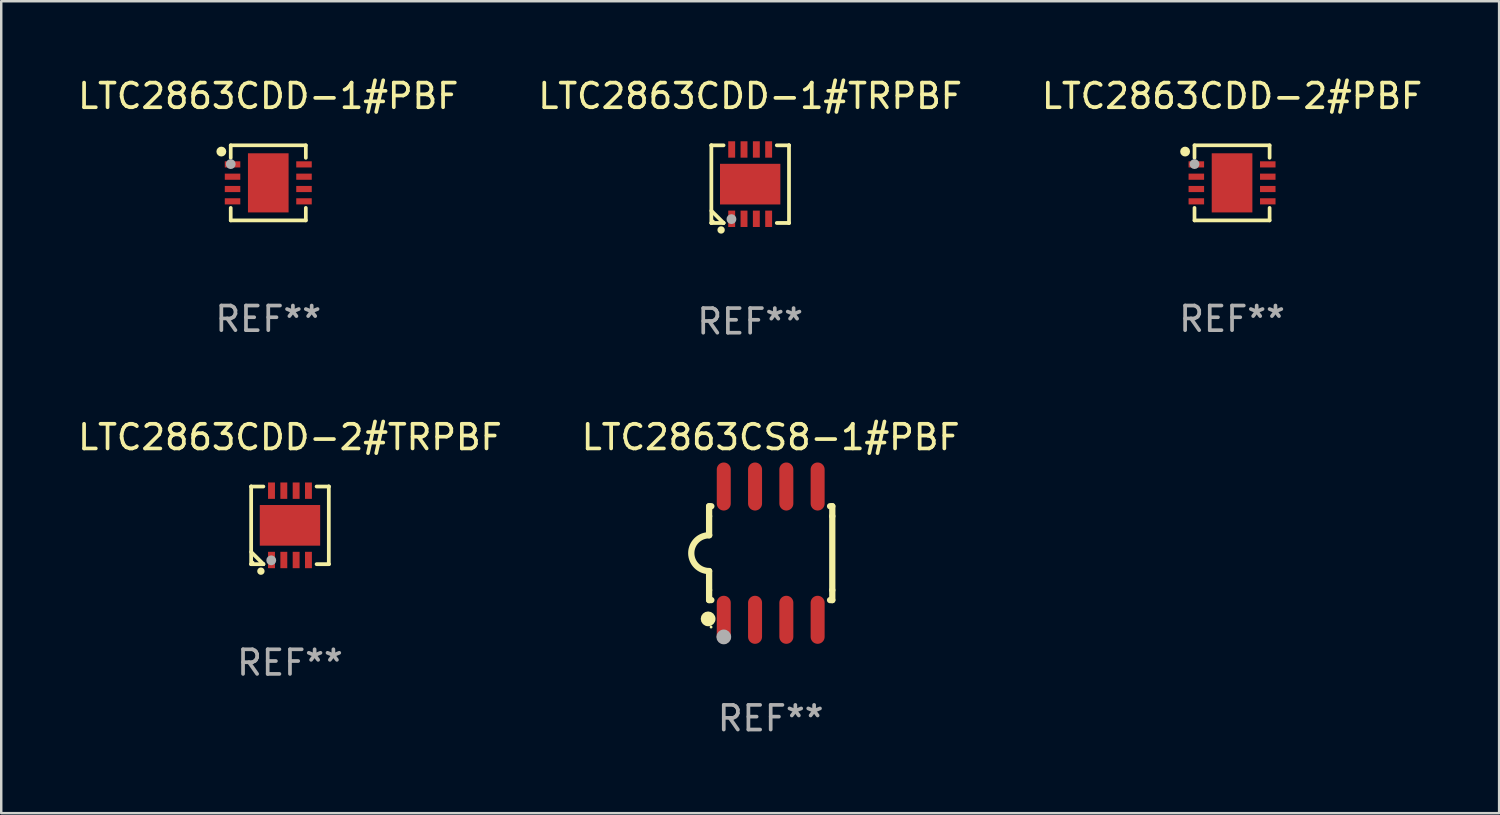
<source format=kicad_pcb>
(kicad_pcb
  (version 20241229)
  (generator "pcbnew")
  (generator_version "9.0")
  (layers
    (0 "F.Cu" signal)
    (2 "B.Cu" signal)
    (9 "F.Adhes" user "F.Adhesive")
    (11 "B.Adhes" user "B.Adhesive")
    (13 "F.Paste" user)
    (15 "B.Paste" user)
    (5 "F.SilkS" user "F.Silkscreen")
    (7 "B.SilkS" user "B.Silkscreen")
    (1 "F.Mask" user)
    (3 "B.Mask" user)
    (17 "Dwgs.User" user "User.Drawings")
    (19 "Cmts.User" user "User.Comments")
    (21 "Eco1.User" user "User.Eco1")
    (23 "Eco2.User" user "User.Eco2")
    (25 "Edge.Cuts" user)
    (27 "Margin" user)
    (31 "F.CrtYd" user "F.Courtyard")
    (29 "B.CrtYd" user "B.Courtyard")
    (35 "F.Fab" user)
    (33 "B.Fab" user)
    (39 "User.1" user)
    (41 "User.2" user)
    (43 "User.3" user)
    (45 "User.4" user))
  (footprint "LTC2863CDD-2#PBF"
    (layer "F.Cu")
    (at 46.958 4.372)
    (property "Reference" "LTC2863CDD-2#PBF" (at 0 -3.524 0) (layer "F.SilkS") (effects (font (size 1 1) (thickness 0.15))))
    (attr through_hole)
    (fp_line (start -1.524 -1.524) (end 1.524 -1.524) (stroke (width 0.15) (type solid)) (layer "F.SilkS"))
    (fp_line (start -1.524 -1.016) (end -1.524 -1.524) (stroke (width 0.15) (type solid)) (layer "F.SilkS"))
    (fp_line (start -1.524 1.016) (end -1.524 1.524) (stroke (width 0.15) (type solid)) (layer "F.SilkS"))
    (fp_line (start -1.524 1.524) (end 1.524 1.524) (stroke (width 0.15) (type solid)) (layer "F.SilkS"))
    (fp_line (start 1.524 -1.524) (end 1.524 -1.016) (stroke (width 0.15) (type solid)) (layer "F.SilkS"))
    (fp_line (start 1.524 1.524) (end 1.524 1.016) (stroke (width 0.15) (type solid)) (layer "F.SilkS"))
    (fp_circle (center -1.905 -1.27) (end -1.805 -1.27) (stroke (width 0.2) (type solid)) (fill no) (layer "F.SilkS"))
    (fp_circle (center -1.5 -1.5) (end -1.47 -1.5) (stroke (width 0.06) (type solid)) (fill no) (layer "F.SilkS"))
    (fp_circle (center -1.524 -0.762) (end -1.424 -0.762) (stroke (width 0.2) (type solid)) (fill no) (layer "F.Fab"))
    (fp_text user "REF**" (at 0 5.524 0) (layer "F.Fab") (effects (font (size 1 1) (thickness 0.15))))
    (pad "1" smd rect (at -1.45 -0.75) (size 0.63 0.25) (layers "F.Cu" "F.Mask" "F.Paste"))
    (pad "2" smd rect (at -1.45 -0.25) (size 0.63 0.25) (layers "F.Cu" "F.Mask" "F.Paste"))
    (pad "3" smd rect (at -1.45 0.25) (size 0.63 0.25) (layers "F.Cu" "F.Mask" "F.Paste"))
    (pad "4" smd rect (at -1.45 0.75) (size 0.63 0.25) (layers "F.Cu" "F.Mask" "F.Paste"))
    (pad "5" smd rect (at 1.45 0.75) (size 0.63 0.25) (layers "F.Cu" "F.Mask" "F.Paste"))
    (pad "6" smd rect (at 1.45 0.25) (size 0.63 0.25) (layers "F.Cu" "F.Mask" "F.Paste"))
    (pad "7" smd rect (at 1.45 -0.25) (size 0.63 0.25) (layers "F.Cu" "F.Mask" "F.Paste"))
    (pad "8" smd rect (at 1.45 -0.75) (size 0.63 0.25) (layers "F.Cu" "F.Mask" "F.Paste"))
    (pad "9" smd rect (at -0.000025 0.000127) (size 1.65 2.4) (layers "F.Cu" "F.Mask" "F.Paste")))
  (footprint "LTC2863CDD-1#TRPBF"
    (layer "F.Cu")
    (at 27.399 4.424)
    (property "Reference" "LTC2863CDD-1#TRPBF" (at 0 -3.576 0) (layer "F.SilkS") (effects (font (size 1 1) (thickness 0.15))))
    (attr through_hole)
    (fp_line (start -1.576 -1.576) (end -1.576 -1.576) (stroke (width 0.152) (type solid)) (layer "F.SilkS"))
    (fp_line (start -1.576 -1.576) (end -1.08 -1.576) (stroke (width 0.152) (type solid)) (layer "F.SilkS"))
    (fp_line (start -1.576 1.576) (end -1.576 -1.576) (stroke (width 0.152) (type solid)) (layer "F.SilkS"))
    (fp_line (start -1.576 1.576) (end -1.576 1.576) (stroke (width 0.152) (type solid)) (layer "F.SilkS"))
    (fp_line (start -1.08 1.575) (end -1.576 1.079) (stroke (width 0.152) (type solid)) (layer "F.SilkS"))
    (fp_line (start -1.08 1.576) (end -1.576 1.576) (stroke (width 0.152) (type solid)) (layer "F.SilkS"))
    (fp_line (start -1.08 1.576) (end -1.08 1.575) (stroke (width 0.152) (type solid)) (layer "F.SilkS"))
    (fp_line (start 1.08 1.576) (end 1.576 1.576) (stroke (width 0.152) (type solid)) (layer "F.SilkS"))
    (fp_line (start 1.576 -1.576) (end 1.08 -1.576) (stroke (width 0.152) (type solid)) (layer "F.SilkS"))
    (fp_line (start 1.576 -1.576) (end 1.576 -1.576) (stroke (width 0.152) (type solid)) (layer "F.SilkS"))
    (fp_line (start 1.576 1.576) (end 1.576 -1.576) (stroke (width 0.152) (type solid)) (layer "F.SilkS"))
    (fp_line (start 1.576 1.576) (end 1.576 1.576) (stroke (width 0.152) (type solid)) (layer "F.SilkS"))
    (fp_circle (center -1.5 1.5) (end -1.47 1.5) (stroke (width 0.06) (type solid)) (fill no) (layer "F.SilkS"))
    (fp_circle (center -1.18 1.86) (end -1.105 1.86) (stroke (width 0.15) (type solid)) (fill no) (layer "F.SilkS"))
    (fp_circle (center -0.76 1.42) (end -0.66 1.42) (stroke (width 0.2) (type solid)) (fill no) (layer "F.Fab"))
    (fp_text user "REF**" (at 0 5.576 0) (layer "F.Fab") (effects (font (size 1 1) (thickness 0.15))))
    (pad "1" smd rect (at -0.75 1.407) (size 0.28 0.665) (layers "F.Cu" "F.Mask" "F.Paste"))
    (pad "2" smd rect (at -0.25 1.407) (size 0.28 0.665) (layers "F.Cu" "F.Mask" "F.Paste"))
    (pad "3" smd rect (at 0.25 1.407) (size 0.28 0.665) (layers "F.Cu" "F.Mask" "F.Paste"))
    (pad "4" smd rect (at 0.75 1.407) (size 0.28 0.665) (layers "F.Cu" "F.Mask" "F.Paste"))
    (pad "5" smd rect (at 0.75 -1.407) (size 0.28 0.665) (layers "F.Cu" "F.Mask" "F.Paste"))
    (pad "6" smd rect (at 0.25 -1.407) (size 0.28 0.665) (layers "F.Cu" "F.Mask" "F.Paste"))
    (pad "7" smd rect (at -0.25 -1.407) (size 0.28 0.665) (layers "F.Cu" "F.Mask" "F.Paste"))
    (pad "8" smd rect (at -0.75 -1.407) (size 0.28 0.665) (layers "F.Cu" "F.Mask" "F.Paste"))
    (pad "9" smd rect (at 0 0) (size 2.45 1.65) (layers "F.Cu" "F.Mask" "F.Paste")))
  (footprint "LTC2863CDD-1#PBF"
    (layer "F.Cu")
    (at 7.839 4.372)
    (property "Reference" "LTC2863CDD-1#PBF" (at 0 -3.524 0) (layer "F.SilkS") (effects (font (size 1 1) (thickness 0.15))))
    (attr through_hole)
    (fp_line (start -1.524 -1.524) (end 1.524 -1.524) (stroke (width 0.15) (type solid)) (layer "F.SilkS"))
    (fp_line (start -1.524 -1.016) (end -1.524 -1.524) (stroke (width 0.15) (type solid)) (layer "F.SilkS"))
    (fp_line (start -1.524 1.016) (end -1.524 1.524) (stroke (width 0.15) (type solid)) (layer "F.SilkS"))
    (fp_line (start -1.524 1.524) (end 1.524 1.524) (stroke (width 0.15) (type solid)) (layer "F.SilkS"))
    (fp_line (start 1.524 -1.524) (end 1.524 -1.016) (stroke (width 0.15) (type solid)) (layer "F.SilkS"))
    (fp_line (start 1.524 1.524) (end 1.524 1.016) (stroke (width 0.15) (type solid)) (layer "F.SilkS"))
    (fp_circle (center -1.905 -1.27) (end -1.805 -1.27) (stroke (width 0.2) (type solid)) (fill no) (layer "F.SilkS"))
    (fp_circle (center -1.5 -1.5) (end -1.47 -1.5) (stroke (width 0.06) (type solid)) (fill no) (layer "F.SilkS"))
    (fp_circle (center -1.524 -0.762) (end -1.424 -0.762) (stroke (width 0.2) (type solid)) (fill no) (layer "F.Fab"))
    (fp_text user "REF**" (at 0 5.524 0) (layer "F.Fab") (effects (font (size 1 1) (thickness 0.15))))
    (pad "1" smd rect (at -1.45 -0.75) (size 0.63 0.25) (layers "F.Cu" "F.Mask" "F.Paste"))
    (pad "2" smd rect (at -1.45 -0.25) (size 0.63 0.25) (layers "F.Cu" "F.Mask" "F.Paste"))
    (pad "3" smd rect (at -1.45 0.25) (size 0.63 0.25) (layers "F.Cu" "F.Mask" "F.Paste"))
    (pad "4" smd rect (at -1.45 0.75) (size 0.63 0.25) (layers "F.Cu" "F.Mask" "F.Paste"))
    (pad "5" smd rect (at 1.45 0.75) (size 0.63 0.25) (layers "F.Cu" "F.Mask" "F.Paste"))
    (pad "6" smd rect (at 1.45 0.25) (size 0.63 0.25) (layers "F.Cu" "F.Mask" "F.Paste"))
    (pad "7" smd rect (at 1.45 -0.25) (size 0.63 0.25) (layers "F.Cu" "F.Mask" "F.Paste"))
    (pad "8" smd rect (at 1.45 -0.75) (size 0.63 0.25) (layers "F.Cu" "F.Mask" "F.Paste"))
    (pad "9" smd rect (at -0.000025 0.000127) (size 1.65 2.4) (layers "F.Cu" "F.Mask" "F.Paste")))
  (footprint "LTC2863CS8-1#PBF"
    (layer "F.Cu")
    (at 28.232 19.402)
    (property "Reference" "LTC2863CS8-1#PBF" (at 0 -4.705 0) (layer "F.SilkS") (effects (font (size 1 1) (thickness 0.15))))
    (attr through_hole)
    (fp_line (start -2.5 -1.905) (end -2.409 -1.905) (stroke (width 0.254) (type solid)) (layer "F.SilkS"))
    (fp_line (start -2.5 -1.5) (end -2.5 -1.905) (stroke (width 0.254) (type solid)) (layer "F.SilkS"))
    (fp_line (start -2.5 -1.5) (end -2.5 -0.726) (stroke (width 0.254) (type solid)) (layer "F.SilkS"))
    (fp_line (start -2.5 1.5) (end -2.5 0.727) (stroke (width 0.254) (type solid)) (layer "F.SilkS"))
    (fp_line (start -2.5 1.5) (end -2.5 1.905) (stroke (width 0.254) (type solid)) (layer "F.SilkS"))
    (fp_line (start -2.5 1.905) (end -2.409 1.905) (stroke (width 0.254) (type solid)) (layer "F.SilkS"))
    (fp_line (start 2.5 -1.905) (end 2.409 -1.905) (stroke (width 0.254) (type solid)) (layer "F.SilkS"))
    (fp_line (start 2.5 -1.5) (end 2.5 -1.905) (stroke (width 0.254) (type solid)) (layer "F.SilkS"))
    (fp_line (start 2.5 -1.5) (end 2.5 1.5) (stroke (width 0.254) (type solid)) (layer "F.SilkS"))
    (fp_line (start 2.5 1.5) (end 2.5 1.905) (stroke (width 0.254) (type solid)) (layer "F.SilkS"))
    (fp_line (start 2.5 1.905) (end 2.409 1.905) (stroke (width 0.254) (type solid)) (layer "F.SilkS"))
    (fp_arc (start -2.5 0.726568) (mid -3.220316 -0.0023) (end -2.495097 -0.726289) (stroke (width 0.254001) (type solid)) (layer "F.SilkS"))
    (fp_circle (center -2.54 2.667) (end -2.39 2.667) (stroke (width 0.3) (type solid)) (fill no) (layer "F.SilkS"))
    (fp_circle (center -2.42 3) (end -2.39 3) (stroke (width 0.06) (type solid)) (fill no) (layer "F.SilkS"))
    (fp_circle (center -1.905 3.4) (end -1.755 3.4) (stroke (width 0.3) (type solid)) (fill no) (layer "F.Fab"))
    (fp_text user "REF**" (at 0 6.705 0) (layer "F.Fab") (effects (font (size 1 1) (thickness 0.15))))
    (pad "1" smd oval (at -1.905 2.705) (size 0.568 1.95) (layers "F.Cu" "F.Mask" "F.Paste"))
    (pad "2" smd oval (at -0.635 2.705) (size 0.568 1.95) (layers "F.Cu" "F.Mask" "F.Paste"))
    (pad "3" smd oval (at 0.635 2.705) (size 0.568 1.95) (layers "F.Cu" "F.Mask" "F.Paste"))
    (pad "4" smd oval (at 1.905 2.705) (size 0.568 1.95) (layers "F.Cu" "F.Mask" "F.Paste"))
    (pad "5" smd oval (at 1.905 -2.705) (size 0.568 1.95) (layers "F.Cu" "F.Mask" "F.Paste"))
    (pad "6" smd oval (at 0.635 -2.705) (size 0.568 1.95) (layers "F.Cu" "F.Mask" "F.Paste"))
    (pad "7" smd oval (at -0.635 -2.705) (size 0.568 1.95) (layers "F.Cu" "F.Mask" "F.Paste"))
    (pad "8" smd oval (at -1.905 -2.705) (size 0.568 1.95) (layers "F.Cu" "F.Mask" "F.Paste")))
  (footprint "LTC2863CDD-2#TRPBF"
    (layer "F.Cu")
    (at 8.72 18.273)
    (property "Reference" "LTC2863CDD-2#TRPBF" (at 0 -3.576 0) (layer "F.SilkS") (effects (font (size 1 1) (thickness 0.15))))
    (attr through_hole)
    (fp_line (start -1.576 -1.576) (end -1.576 -1.576) (stroke (width 0.152) (type solid)) (layer "F.SilkS"))
    (fp_line (start -1.576 -1.576) (end -1.08 -1.576) (stroke (width 0.152) (type solid)) (layer "F.SilkS"))
    (fp_line (start -1.576 1.576) (end -1.576 -1.576) (stroke (width 0.152) (type solid)) (layer "F.SilkS"))
    (fp_line (start -1.576 1.576) (end -1.576 1.576) (stroke (width 0.152) (type solid)) (layer "F.SilkS"))
    (fp_line (start -1.08 1.575) (end -1.576 1.079) (stroke (width 0.152) (type solid)) (layer "F.SilkS"))
    (fp_line (start -1.08 1.576) (end -1.576 1.576) (stroke (width 0.152) (type solid)) (layer "F.SilkS"))
    (fp_line (start -1.08 1.576) (end -1.08 1.575) (stroke (width 0.152) (type solid)) (layer "F.SilkS"))
    (fp_line (start 1.08 1.576) (end 1.576 1.576) (stroke (width 0.152) (type solid)) (layer "F.SilkS"))
    (fp_line (start 1.576 -1.576) (end 1.08 -1.576) (stroke (width 0.152) (type solid)) (layer "F.SilkS"))
    (fp_line (start 1.576 -1.576) (end 1.576 -1.576) (stroke (width 0.152) (type solid)) (layer "F.SilkS"))
    (fp_line (start 1.576 1.576) (end 1.576 -1.576) (stroke (width 0.152) (type solid)) (layer "F.SilkS"))
    (fp_line (start 1.576 1.576) (end 1.576 1.576) (stroke (width 0.152) (type solid)) (layer "F.SilkS"))
    (fp_circle (center -1.5 1.5) (end -1.47 1.5) (stroke (width 0.06) (type solid)) (fill no) (layer "F.SilkS"))
    (fp_circle (center -1.18 1.86) (end -1.105 1.86) (stroke (width 0.15) (type solid)) (fill no) (layer "F.SilkS"))
    (fp_circle (center -0.76 1.42) (end -0.66 1.42) (stroke (width 0.2) (type solid)) (fill no) (layer "F.Fab"))
    (fp_text user "REF**" (at 0 5.576 0) (layer "F.Fab") (effects (font (size 1 1) (thickness 0.15))))
    (pad "1" smd rect (at -0.75 1.407) (size 0.28 0.665) (layers "F.Cu" "F.Mask" "F.Paste"))
    (pad "2" smd rect (at -0.25 1.407) (size 0.28 0.665) (layers "F.Cu" "F.Mask" "F.Paste"))
    (pad "3" smd rect (at 0.25 1.407) (size 0.28 0.665) (layers "F.Cu" "F.Mask" "F.Paste"))
    (pad "4" smd rect (at 0.75 1.407) (size 0.28 0.665) (layers "F.Cu" "F.Mask" "F.Paste"))
    (pad "5" smd rect (at 0.75 -1.407) (size 0.28 0.665) (layers "F.Cu" "F.Mask" "F.Paste"))
    (pad "6" smd rect (at 0.25 -1.407) (size 0.28 0.665) (layers "F.Cu" "F.Mask" "F.Paste"))
    (pad "7" smd rect (at -0.25 -1.407) (size 0.28 0.665) (layers "F.Cu" "F.Mask" "F.Paste"))
    (pad "8" smd rect (at -0.75 -1.407) (size 0.28 0.665) (layers "F.Cu" "F.Mask" "F.Paste"))
    (pad "9" smd rect (at 0 0) (size 2.45 1.65) (layers "F.Cu" "F.Mask" "F.Paste")))
  (gr_rect
    (start -3 -3)
    (end 57.798 29.956)
    (stroke (width 0.1) (type default))
    (fill no)
    (layer "Edge.Cuts")))
</source>
